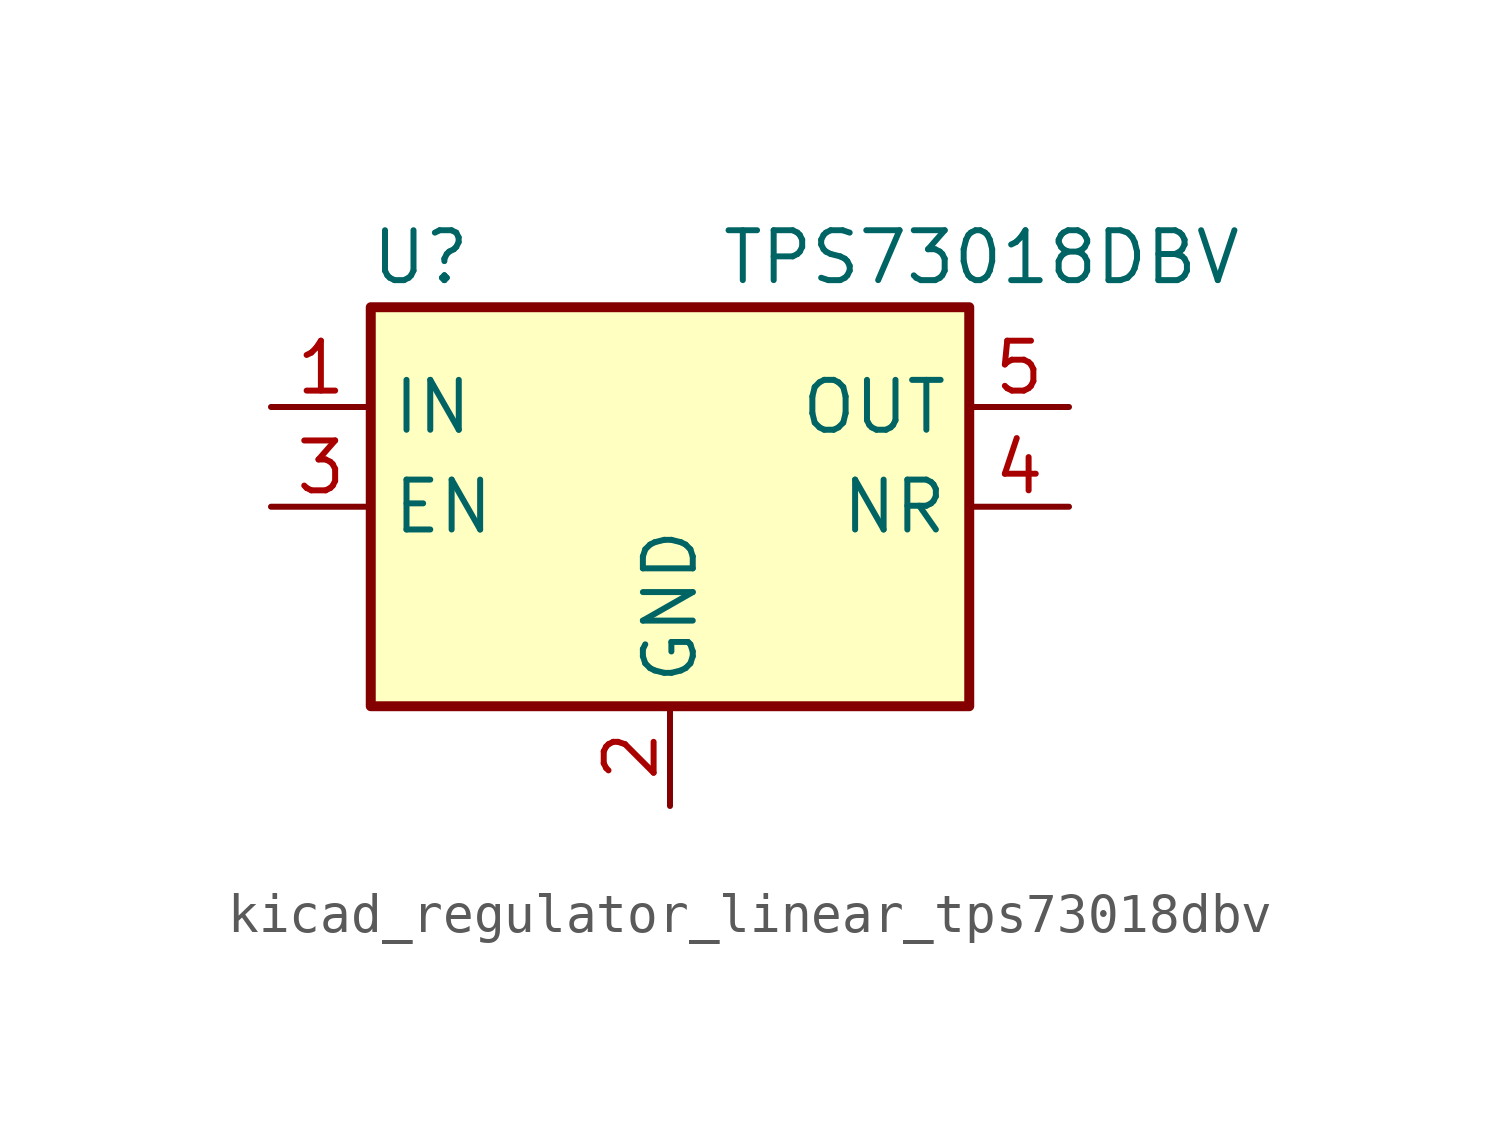
<source format=kicad_sym>
(kicad_symbol_lib
  (version 20220914)
  (generator kicad_symbol_editor)
  (symbol "kicad_regulator_linear_tps73018dbv"
    (property "Reference" "U"
      (at -6.35 6.35 0)
      (effects (font (size 1.27 1.27))))
    (property "Value" "TPS73018DBV"
      (at 1.27 6.35 0)
      (effects (font (size 1.27 1.27)) (justify left)))
    (symbol "kicad_regulator_linear_tps73018dbv_0_1"
      (rectangle (start -7.62 -5.08) (end 7.62 5.08) (stroke (width 0.254) (type default)) (fill (type background))))
    (symbol "kicad_regulator_linear_tps73018dbv_1_1"
      (pin power_in line (at -10.16 2.54 0) (length 2.54) (name "IN" (effects (font (size 1.27 1.27)))) (number "1" (effects (font (size 1.27 1.27)))))
      (pin power_in line (at 0 -7.62 90) (length 2.54) (name "GND" (effects (font (size 1.27 1.27)))) (number "2" (effects (font (size 1.27 1.27)))))
      (pin input line (at -10.16 0 0) (length 2.54) (name "EN" (effects (font (size 1.27 1.27)))) (number "3" (effects (font (size 1.27 1.27)))))
      (pin passive line (at 10.16 0 180) (length 2.54) (name "NR" (effects (font (size 1.27 1.27)))) (number "4" (effects (font (size 1.27 1.27)))))
      (pin power_out line (at 10.16 2.54 180) (length 2.54) (name "OUT" (effects (font (size 1.27 1.27)))) (number "5" (effects (font (size 1.27 1.27))))))))
</source>
